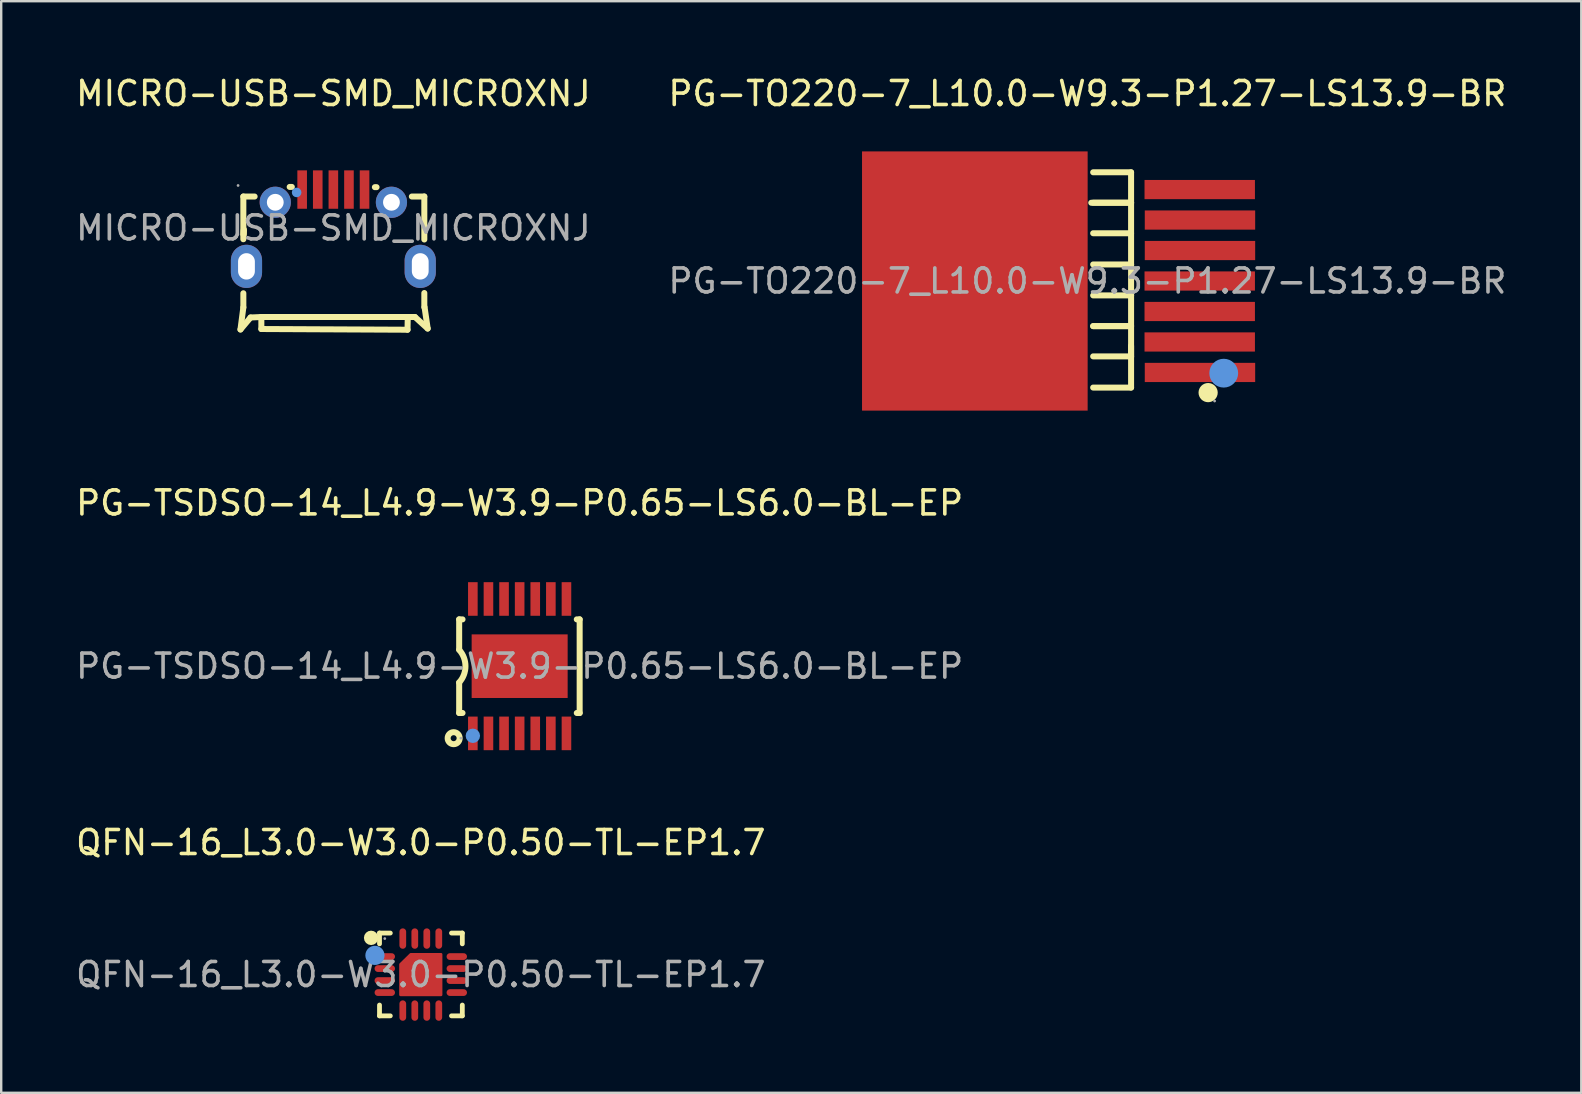
<source format=kicad_pcb>
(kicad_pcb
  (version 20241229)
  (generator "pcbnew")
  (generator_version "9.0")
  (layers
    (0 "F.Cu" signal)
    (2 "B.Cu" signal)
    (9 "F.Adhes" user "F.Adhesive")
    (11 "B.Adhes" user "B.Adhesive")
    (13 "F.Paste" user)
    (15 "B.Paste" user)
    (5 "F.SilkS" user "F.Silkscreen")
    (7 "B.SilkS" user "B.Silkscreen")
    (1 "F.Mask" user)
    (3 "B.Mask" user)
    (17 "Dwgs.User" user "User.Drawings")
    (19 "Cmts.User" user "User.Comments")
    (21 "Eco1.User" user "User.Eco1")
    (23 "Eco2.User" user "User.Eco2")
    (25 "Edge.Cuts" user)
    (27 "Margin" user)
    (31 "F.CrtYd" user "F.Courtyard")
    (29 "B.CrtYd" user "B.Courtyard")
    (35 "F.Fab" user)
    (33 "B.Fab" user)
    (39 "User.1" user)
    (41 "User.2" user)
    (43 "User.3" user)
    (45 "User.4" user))
  (footprint "QFN-16_L3.0-W3.0-P0.50-TL-EP1.7"
    (layer "F.Cu")
    (at 14.482 37.555)
    (property "Reference" "QFN-16_L3.0-W3.0-P0.50-TL-EP1.7" (at 0 -5.5 0) (layer "F.SilkS") (effects (font (size 1 1) (thickness 0.15))))
    (attr smd)
    (fp_line (start -1.72 -1.73) (end -1.27 -1.73) (stroke (width 0.2) (type solid)) (layer "F.SilkS"))
    (fp_line (start -1.72 -1.28) (end -1.72 -1.73) (stroke (width 0.2) (type solid)) (layer "F.SilkS"))
    (fp_line (start -1.72 1.72) (end -1.72 1.27) (stroke (width 0.2) (type solid)) (layer "F.SilkS"))
    (fp_line (start -1.27 1.72) (end -1.72 1.72) (stroke (width 0.2) (type solid)) (layer "F.SilkS"))
    (fp_line (start 1.28 -1.73) (end 1.73 -1.73) (stroke (width 0.2) (type solid)) (layer "F.SilkS"))
    (fp_line (start 1.28 1.72) (end 1.73 1.72) (stroke (width 0.2) (type solid)) (layer "F.SilkS"))
    (fp_line (start 1.73 -1.73) (end 1.73 -1.28) (stroke (width 0.2) (type solid)) (layer "F.SilkS"))
    (fp_line (start 1.73 1.72) (end 1.73 1.27) (stroke (width 0.2) (type solid)) (layer "F.SilkS"))
    (fp_arc (start -2.07 -1.53) (mid -2.07 -1.53) (end -2.07 -1.53) (stroke (width 0.3) (type solid)) (layer "F.SilkS"))
    (fp_circle (center -1.91 -0.8) (end -1.71 -0.8) (stroke (width 0.4) (type solid)) (fill no) (layer "Cmts.User"))
    (fp_circle (center -1.5 -1.5) (end -1.47 -1.5) (stroke (width 0.06) (type solid)) (fill no) (layer "F.Fab"))
    (fp_text user "${REFERENCE}" (at 0 0 0) (layer "F.Fab") (effects (font (size 1 1) (thickness 0.15))))
    (pad "1" smd oval (at -1.5 -0.75) (size 0.85 0.28) (layers "F.Cu" "F.Mask" "F.Paste"))
    (pad "2" smd oval (at -1.5 -0.25) (size 0.85 0.28) (layers "F.Cu" "F.Mask" "F.Paste"))
    (pad "3" smd oval (at -1.5 0.25) (size 0.85 0.28) (layers "F.Cu" "F.Mask" "F.Paste"))
    (pad "4" smd oval (at -1.5 0.75) (size 0.85 0.28) (layers "F.Cu" "F.Mask" "F.Paste"))
    (pad "5" smd oval (at -0.75 1.5) (size 0.28 0.85) (layers "F.Cu" "F.Mask" "F.Paste"))
    (pad "6" smd oval (at -0.25 1.5) (size 0.28 0.85) (layers "F.Cu" "F.Mask" "F.Paste"))
    (pad "7" smd oval (at 0.25 1.5) (size 0.28 0.85) (layers "F.Cu" "F.Mask" "F.Paste"))
    (pad "8" smd oval (at 0.75 1.5) (size 0.28 0.85) (layers "F.Cu" "F.Mask" "F.Paste"))
    (pad "9" smd oval (at 1.5 0.75) (size 0.85 0.28) (layers "F.Cu" "F.Mask" "F.Paste"))
    (pad "10" smd oval (at 1.5 0.25) (size 0.85 0.28) (layers "F.Cu" "F.Mask" "F.Paste"))
    (pad "11" smd oval (at 1.5 -0.25) (size 0.85 0.28) (layers "F.Cu" "F.Mask" "F.Paste"))
    (pad "12" smd oval (at 1.5 -0.75) (size 0.85 0.28) (layers "F.Cu" "F.Mask" "F.Paste"))
    (pad "13" smd oval (at 0.75 -1.5) (size 0.28 0.85) (layers "F.Cu" "F.Mask" "F.Paste"))
    (pad "14" smd oval (at 0.25 -1.5) (size 0.28 0.85) (layers "F.Cu" "F.Mask" "F.Paste"))
    (pad "15" smd oval (at -0.25 -1.5) (size 0.28 0.85) (layers "F.Cu" "F.Mask" "F.Paste"))
    (pad "16" smd oval (at -0.75 -1.5) (size 0.28 0.85) (layers "F.Cu" "F.Mask" "F.Paste"))
    (pad "17" smd custom (at 0 0) (size 0.01 0.01) (layers "F.Cu" "F.Mask" "F.Paste") (options (anchor circle)) (primitives (gr_poly (pts (xy 0.85 -0.85) (xy 0.85 0.85) (xy -0.85 0.85) (xy -0.85 -0.43) (xy -0.42 -0.85)) (width 0.1) (fill yes)))))
  (footprint "PG-TSDSO-14_L4.9-W3.9-P0.65-LS6.0-BL-EP"
    (layer "F.Cu")
    (at 18.601 24.706)
    (property "Reference" "PG-TSDSO-14_L4.9-W3.9-P0.65-LS6.0-BL-EP" (at 0 -6.8 0) (layer "F.SilkS") (effects (font (size 1 1) (thickness 0.15))))
    (attr smd)
    (fp_line (start -2.52 -1.95) (end -2.38 -1.95) (stroke (width 0.25) (type solid)) (layer "F.SilkS"))
    (fp_line (start -2.52 -0.69) (end -2.52 -1.95) (stroke (width 0.25) (type solid)) (layer "F.SilkS"))
    (fp_line (start -2.52 1.95) (end -2.52 0.68) (stroke (width 0.25) (type solid)) (layer "F.SilkS"))
    (fp_line (start -2.52 1.95) (end -2.38 1.95) (stroke (width 0.25) (type solid)) (layer "F.SilkS"))
    (fp_line (start 2.38 -1.95) (end 2.5 -1.95) (stroke (width 0.25) (type solid)) (layer "F.SilkS"))
    (fp_line (start 2.38 1.95) (end 2.5 1.95) (stroke (width 0.25) (type solid)) (layer "F.SilkS"))
    (fp_line (start 2.5 -1.95) (end 2.5 1.95) (stroke (width 0.25) (type solid)) (layer "F.SilkS"))
    (fp_arc (start -2.519821 -0.679802) (mid -2.257627 0.000133) (end -2.52 0.68) (stroke (width 0.25) (type solid)) (layer "F.SilkS"))
    (fp_circle (center -2.75 3) (end -2.5 3) (stroke (width 0.25) (type solid)) (fill no) (layer "F.SilkS"))
    (fp_circle (center -1.95 2.9) (end -1.8 2.9) (stroke (width 0.3) (type solid)) (fill no) (layer "Cmts.User"))
    (fp_circle (center -2.45 3) (end -2.42 3) (stroke (width 0.06) (type solid)) (fill no) (layer "F.Fab"))
    (fp_text user "${REFERENCE}" (at 0 0 0) (layer "F.Fab") (effects (font (size 1 1) (thickness 0.15))))
    (pad "1" smd rect (at -1.95 2.8 90) (size 1.4 0.4) (layers "F.Cu" "F.Mask" "F.Paste"))
    (pad "2" smd rect (at -1.3 2.8 90) (size 1.4 0.4) (layers "F.Cu" "F.Mask" "F.Paste"))
    (pad "3" smd rect (at -0.65 2.8 90) (size 1.4 0.4) (layers "F.Cu" "F.Mask" "F.Paste"))
    (pad "4" smd rect (at 0 2.8 90) (size 1.4 0.4) (layers "F.Cu" "F.Mask" "F.Paste"))
    (pad "5" smd rect (at 0.65 2.8 90) (size 1.4 0.4) (layers "F.Cu" "F.Mask" "F.Paste"))
    (pad "6" smd rect (at 1.3 2.8 90) (size 1.4 0.4) (layers "F.Cu" "F.Mask" "F.Paste"))
    (pad "7" smd rect (at 1.95 2.8 90) (size 1.4 0.4) (layers "F.Cu" "F.Mask" "F.Paste"))
    (pad "8" smd rect (at 1.95 -2.8 90) (size 1.4 0.4) (layers "F.Cu" "F.Mask" "F.Paste"))
    (pad "9" smd rect (at 1.3 -2.8 90) (size 1.4 0.4) (layers "F.Cu" "F.Mask" "F.Paste"))
    (pad "10" smd rect (at 0.65 -2.8 90) (size 1.4 0.4) (layers "F.Cu" "F.Mask" "F.Paste"))
    (pad "11" smd rect (at 0 -2.8 90) (size 1.4 0.4) (layers "F.Cu" "F.Mask" "F.Paste"))
    (pad "12" smd rect (at -0.65 -2.8 90) (size 1.4 0.4) (layers "F.Cu" "F.Mask" "F.Paste"))
    (pad "13" smd rect (at -1.3 -2.8 90) (size 1.4 0.4) (layers "F.Cu" "F.Mask" "F.Paste"))
    (pad "14" smd rect (at -1.95 -2.8 90) (size 1.4 0.4) (layers "F.Cu" "F.Mask" "F.Paste"))
    (pad "15" smd rect (at 0 0 180) (size 4 2.65) (layers "F.Cu" "F.Mask" "F.Paste")))
  (footprint "MICRO-USB-SMD_MICROXNJ"
    (layer "F.Cu")
    (at 10.839 6.448)
    (property "Reference" "MICRO-USB-SMD_MICROXNJ" (at 0 -5.6 0) (layer "F.SilkS") (effects (font (size 1 1) (thickness 0.15))))
    (attr smd)
    (fp_line (start -3.87 4.23) (end -3.75 3.31) (stroke (width 0.25) (type solid)) (layer "F.SilkS"))
    (fp_line (start -3.75 -1.31) (end -3.28 -1.31) (stroke (width 0.25) (type solid)) (layer "F.SilkS"))
    (fp_line (start -3.75 0.47) (end -3.75 -1.31) (stroke (width 0.25) (type solid)) (layer "F.SilkS"))
    (fp_line (start -3.75 3.31) (end -3.75 2.72) (stroke (width 0.25) (type solid)) (layer "F.SilkS"))
    (fp_line (start -3.74 0.27) (end -3.73 0.06) (stroke (width 0.25) (type solid)) (layer "F.SilkS"))
    (fp_line (start -3.74 0.27) (end -3.73 0.1) (stroke (width 0.25) (type solid)) (layer "F.SilkS"))
    (fp_line (start -3.45 3.73) (end -3.87 4.23) (stroke (width 0.25) (type solid)) (layer "F.SilkS"))
    (fp_line (start -3 3.71) (end -3.45 3.73) (stroke (width 0.25) (type solid)) (layer "F.SilkS"))
    (fp_line (start -3 3.71) (end -3 4.21) (stroke (width 0.25) (type solid)) (layer "F.SilkS"))
    (fp_line (start -3 3.71) (end 3.1 3.71) (stroke (width 0.25) (type solid)) (layer "F.SilkS"))
    (fp_line (start -3 4.21) (end 3.09 4.24) (stroke (width 0.25) (type solid)) (layer "F.SilkS"))
    (fp_line (start -1.82 -1.71) (end -1.73 -1.71) (stroke (width 0.25) (type solid)) (layer "F.SilkS"))
    (fp_line (start 1.73 -1.7) (end 1.8 -1.7) (stroke (width 0.25) (type solid)) (layer "F.SilkS"))
    (fp_line (start 3.09 4.24) (end 3.1 3.71) (stroke (width 0.25) (type solid)) (layer "F.SilkS"))
    (fp_line (start 3.1 3.71) (end 3.4 3.71) (stroke (width 0.25) (type solid)) (layer "F.SilkS"))
    (fp_line (start 3.27 -1.31) (end 3.79 -1.31) (stroke (width 0.25) (type solid)) (layer "F.SilkS"))
    (fp_line (start 3.4 3.71) (end 3.93 4.19) (stroke (width 0.25) (type solid)) (layer "F.SilkS"))
    (fp_line (start 3.79 -1.31) (end 3.79 0.48) (stroke (width 0.25) (type solid)) (layer "F.SilkS"))
    (fp_line (start 3.79 2.71) (end 3.79 3.3) (stroke (width 0.25) (type solid)) (layer "F.SilkS"))
    (fp_line (start 3.93 4.19) (end 3.8 3.3) (stroke (width 0.25) (type solid)) (layer "F.SilkS"))
    (fp_circle (center -1.53 -1.48) (end -1.43 -1.48) (stroke (width 0.2) (type solid)) (fill no) (layer "Cmts.User"))
    (fp_circle (center -3.97 -1.77) (end -3.94 -1.77) (stroke (width 0.06) (type solid)) (fill no) (layer "F.Fab"))
    (fp_text user "${REFERENCE}" (at 0 0 0) (layer "F.Fab") (effects (font (size 1 1) (thickness 0.15))))
    (pad "1" smd rect (at -1.3 -1.6 270) (size 1.6 0.4) (layers "F.Cu" "F.Mask" "F.Paste"))
    (pad "2" smd rect (at -0.65 -1.6 270) (size 1.6 0.4) (layers "F.Cu" "F.Mask" "F.Paste"))
    (pad "3" smd rect (at 0 -1.6 270) (size 1.6 0.4) (layers "F.Cu" "F.Mask" "F.Paste"))
    (pad "4" smd rect (at 0.65 -1.6 270) (size 1.6 0.4) (layers "F.Cu" "F.Mask" "F.Paste"))
    (pad "5" smd rect (at 1.3 -1.6 270) (size 1.6 0.4) (layers "F.Cu" "F.Mask" "F.Paste"))
    (pad "6" thru_hole circle (at 2.42 -1.07) (size 1.3 1.3) (drill 0.7) (layers "*.Cu" "*.Mask"))
    (pad "7" thru_hole oval (at 3.62 1.6) (size 1.3 1.8) (drill oval 0.7 1.1) (layers "*.Cu" "*.Mask"))
    (pad "8" thru_hole oval (at -3.62 1.6) (size 1.3 1.8) (drill oval 0.7 1.1) (layers "*.Cu" "*.Mask"))
    (pad "9" thru_hole circle (at -2.42 -1.07) (size 1.3 1.3) (drill 0.7) (layers "*.Cu" "*.Mask")))
  (footprint "PG-TO220-7_L10.0-W9.3-P1.27-LS13.9-BR"
    (layer "F.Cu")
    (at 42.256 8.658)
    (property "Reference" "PG-TO220-7_L10.0-W9.3-P1.27-LS13.9-BR" (at 0 -7.81 0) (layer "F.SilkS") (effects (font (size 1 1) (thickness 0.15))))
    (attr smd)
    (fp_line (start 0.16 -3.26) (end 1.82 -3.26) (stroke (width 0.25) (type solid)) (layer "F.SilkS"))
    (fp_line (start 0.24 1.88) (end 1.82 1.88) (stroke (width 0.25) (type solid)) (layer "F.SilkS"))
    (fp_line (start 1.68 1.88) (end 0.24 1.88) (stroke (width 0.25) (type solid)) (layer "F.SilkS"))
    (fp_line (start 1.82 -4.53) (end 0.24 -4.53) (stroke (width 0.25) (type solid)) (layer "F.SilkS"))
    (fp_line (start 1.82 -3.26) (end 0.24 -3.26) (stroke (width 0.25) (type solid)) (layer "F.SilkS"))
    (fp_line (start 1.82 -3.26) (end 1.82 -4.53) (stroke (width 0.25) (type solid)) (layer "F.SilkS"))
    (fp_line (start 1.82 -1.99) (end 0.24 -1.99) (stroke (width 0.25) (type solid)) (layer "F.SilkS"))
    (fp_line (start 1.82 -1.99) (end 1.82 -3.26) (stroke (width 0.25) (type solid)) (layer "F.SilkS"))
    (fp_line (start 1.82 -0.69) (end 0.24 -0.69) (stroke (width 0.25) (type solid)) (layer "F.SilkS"))
    (fp_line (start 1.82 -0.69) (end 1.82 -1.96) (stroke (width 0.25) (type solid)) (layer "F.SilkS"))
    (fp_line (start 1.82 0.6) (end 0.24 0.6) (stroke (width 0.25) (type solid)) (layer "F.SilkS"))
    (fp_line (start 1.82 0.6) (end 1.82 -0.69) (stroke (width 0.25) (type solid)) (layer "F.SilkS"))
    (fp_line (start 1.82 1.87) (end 1.82 0.6) (stroke (width 0.25) (type solid)) (layer "F.SilkS"))
    (fp_line (start 1.82 3.14) (end 0.24 3.14) (stroke (width 0.25) (type solid)) (layer "F.SilkS"))
    (fp_line (start 1.82 3.17) (end 1.82 1.87) (stroke (width 0.25) (type solid)) (layer "F.SilkS"))
    (fp_line (start 1.82 4.44) (end 0.24 4.44) (stroke (width 0.25) (type solid)) (layer "F.SilkS"))
    (fp_line (start 1.82 4.44) (end 1.82 2.7) (stroke (width 0.25) (type solid)) (layer "F.SilkS"))
    (fp_circle (center 5.03 4.65) (end 5.23 4.65) (stroke (width 0.4) (type solid)) (fill no) (layer "F.SilkS"))
    (fp_circle (center 5.68 3.84) (end 5.98 3.84) (stroke (width 0.6) (type solid)) (fill no) (layer "Cmts.User"))
    (fp_circle (center 5.3 5) (end 5.33 5) (stroke (width 0.06) (type solid)) (fill no) (layer "F.Fab"))
    (fp_text user "${REFERENCE}" (at 0 0 0) (layer "F.Fab") (effects (font (size 1 1) (thickness 0.15))))
    (pad "1" smd rect (at 4.69 3.81 180) (size 4.6 0.8) (layers "F.Cu" "F.Mask" "F.Paste"))
    (pad "2" smd rect (at 4.68 2.54 180) (size 4.6 0.8) (layers "F.Cu" "F.Mask" "F.Paste"))
    (pad "3" smd rect (at 4.68 1.27 180) (size 4.6 0.8) (layers "F.Cu" "F.Mask" "F.Paste"))
    (pad "4" smd rect (at 4.68 0 180) (size 4.6 0.8) (layers "F.Cu" "F.Mask" "F.Paste"))
    (pad "5" smd rect (at 4.69 -1.27 180) (size 4.6 0.8) (layers "F.Cu" "F.Mask" "F.Paste"))
    (pad "6" smd rect (at 4.69 -2.54 180) (size 4.6 0.8) (layers "F.Cu" "F.Mask" "F.Paste"))
    (pad "7" smd rect (at 4.68 -3.81 180) (size 4.6 0.8) (layers "F.Cu" "F.Mask" "F.Paste"))
    (pad "8" smd rect (at -4.69 0 180) (size 9.4 10.8) (layers "F.Cu" "F.Mask" "F.Paste")))
  (gr_rect
    (start -3 -3)
    (end 62.833 42.48)
    (stroke (width 0.1) (type default))
    (fill no)
    (layer "Edge.Cuts")))
</source>
